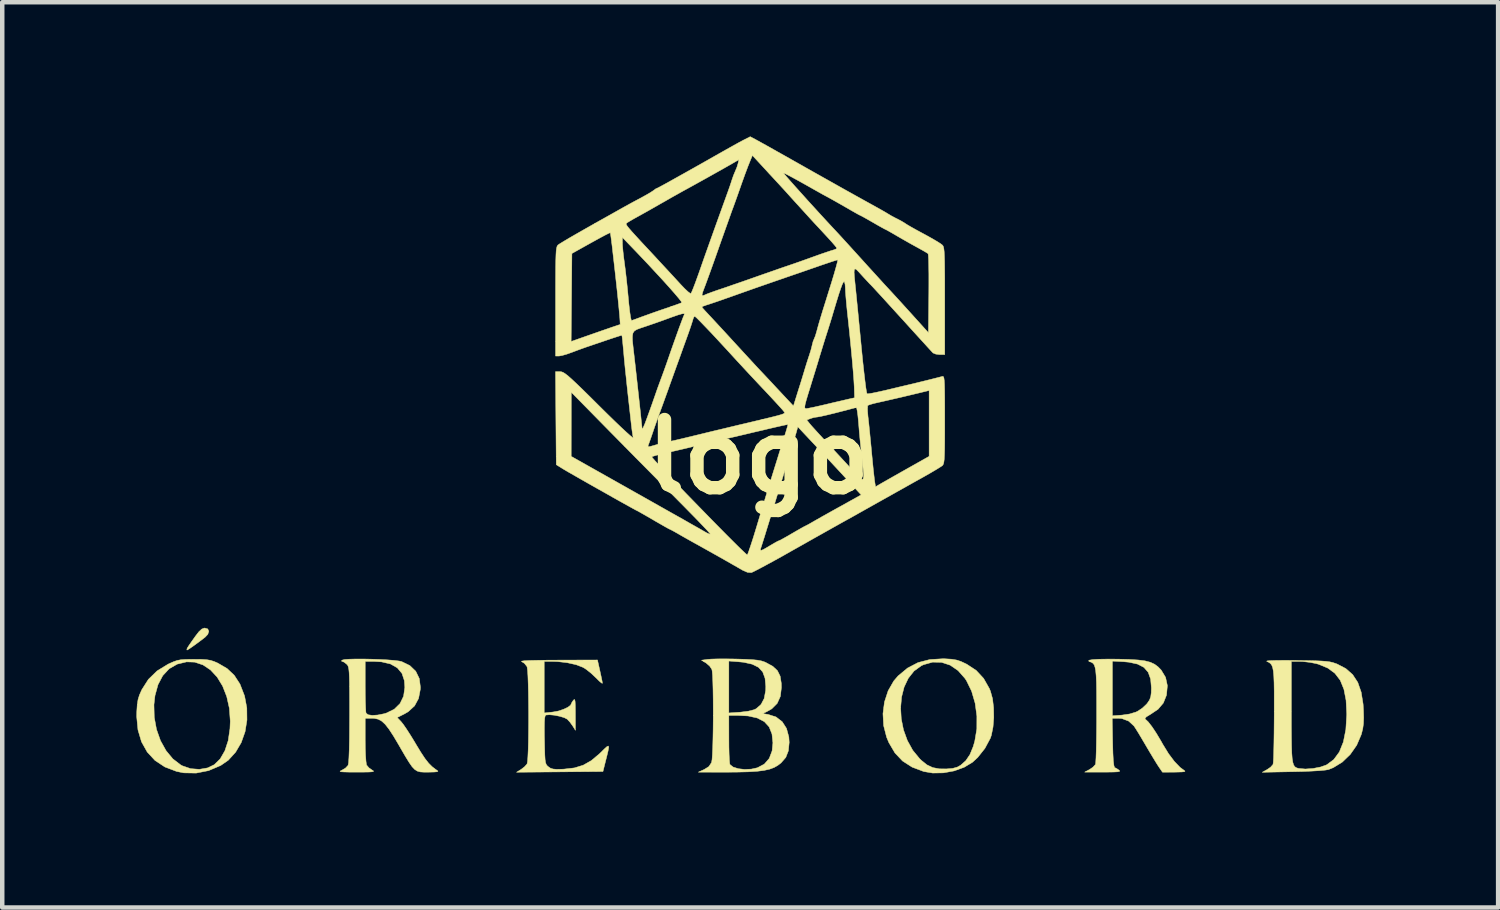
<source format=kicad_pcb>
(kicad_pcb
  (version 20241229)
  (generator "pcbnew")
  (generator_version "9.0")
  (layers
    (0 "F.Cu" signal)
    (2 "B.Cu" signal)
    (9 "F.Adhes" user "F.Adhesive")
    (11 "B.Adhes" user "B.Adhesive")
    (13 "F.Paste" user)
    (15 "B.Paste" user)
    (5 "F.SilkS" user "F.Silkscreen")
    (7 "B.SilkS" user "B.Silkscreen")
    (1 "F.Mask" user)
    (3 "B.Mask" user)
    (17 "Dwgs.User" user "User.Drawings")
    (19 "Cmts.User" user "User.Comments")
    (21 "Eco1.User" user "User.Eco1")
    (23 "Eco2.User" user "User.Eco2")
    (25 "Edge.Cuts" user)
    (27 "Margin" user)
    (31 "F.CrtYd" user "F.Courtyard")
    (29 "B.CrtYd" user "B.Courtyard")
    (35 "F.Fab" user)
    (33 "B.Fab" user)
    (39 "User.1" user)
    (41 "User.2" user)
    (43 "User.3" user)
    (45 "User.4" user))
  (footprint "logo"
    (layer "F.Cu")
    (at 13.908 7.162)
    (property "Reference" "logo" (at 0 0 0) (layer "F.SilkS") (effects (font (size 1.524 1.524) (thickness 0.3))))
    (attr through_hole)
    (fp_poly (pts (xy -12.314 3.846) (xy -12.291 3.898) (xy -12.313 3.966) (xy -12.373 4.03) (xy -12.496 4.124) (xy -12.609 4.207) (xy -12.701 4.272) (xy -12.762 4.311) (xy -12.779 4.318) (xy -12.781 4.296) (xy -12.765 4.262) (xy -12.731 4.21) (xy -12.672 4.124) (xy -12.6 4.023) (xy -12.596 4.016) (xy -12.513 3.909) (xy -12.449 3.849) (xy -12.393 3.827) (xy -12.381 3.826) (xy -12.314 3.846)) (stroke (width 0.01) (type solid)) (fill yes) (layer "F.SilkS"))
    (fp_poly (pts (xy -12.459 4.526) (xy -12.342 4.533) (xy -12.252 4.548) (xy -12.172 4.574) (xy -12.091 4.609) (xy -11.882 4.731) (xy -11.722 4.882) (xy -11.597 5.074) (xy -11.591 5.086) (xy -11.491 5.345) (xy -11.441 5.613) (xy -11.438 5.882) (xy -11.48 6.143) (xy -11.566 6.386) (xy -11.692 6.601) (xy -11.856 6.781) (xy -12.025 6.898) (xy -12.296 7.013) (xy -12.574 7.068) (xy -12.851 7.063) (xy -13.01 7.031) (xy -13.273 6.931) (xy -13.493 6.786) (xy -13.667 6.598) (xy -13.795 6.369) (xy -13.874 6.104) (xy -13.903 5.804) (xy -13.901 5.699) (xy -13.891 5.544) (xy -13.89 5.54) (xy -13.517 5.54) (xy -13.51 5.82) (xy -13.46 6.091) (xy -13.371 6.343) (xy -13.247 6.566) (xy -13.095 6.75) (xy -12.918 6.886) (xy -12.883 6.905) (xy -12.697 6.969) (xy -12.503 6.984) (xy -12.317 6.952) (xy -12.17 6.881) (xy -12.036 6.75) (xy -11.931 6.568) (xy -11.857 6.342) (xy -11.818 6.076) (xy -11.811 5.908) (xy -11.831 5.621) (xy -11.89 5.358) (xy -11.982 5.123) (xy -12.104 4.923) (xy -12.252 4.763) (xy -12.421 4.65) (xy -12.607 4.588) (xy -12.788 4.582) (xy -12.998 4.633) (xy -13.177 4.736) (xy -13.32 4.89) (xy -13.426 5.091) (xy -13.494 5.337) (xy -13.517 5.54) (xy -13.89 5.54) (xy -13.873 5.427) (xy -13.842 5.325) (xy -13.792 5.212) (xy -13.786 5.2) (xy -13.641 4.973) (xy -13.448 4.785) (xy -13.204 4.635) (xy -13.181 4.624) (xy -13.082 4.58) (xy -13 4.551) (xy -12.914 4.534) (xy -12.808 4.527) (xy -12.66 4.525) (xy -12.621 4.525) (xy -12.459 4.526)) (stroke (width 0.01) (type solid)) (fill yes) (layer "F.SilkS"))
    (fp_poly (pts (xy 4.157 4.513) (xy 4.306 4.522) (xy 4.418 4.54) (xy 4.519 4.572) (xy 4.634 4.626) (xy 4.653 4.636) (xy 4.862 4.773) (xy 5.028 4.952) (xy 5.157 5.18) (xy 5.181 5.239) (xy 5.227 5.405) (xy 5.251 5.609) (xy 5.255 5.827) (xy 5.238 6.039) (xy 5.201 6.222) (xy 5.179 6.287) (xy 5.057 6.515) (xy 4.896 6.718) (xy 4.779 6.826) (xy 4.593 6.938) (xy 4.37 7.019) (xy 4.129 7.063) (xy 3.89 7.067) (xy 3.69 7.033) (xy 3.43 6.935) (xy 3.216 6.798) (xy 3.045 6.617) (xy 2.91 6.387) (xy 2.859 6.264) (xy 2.793 6.007) (xy 2.778 5.741) (xy 2.795 5.608) (xy 3.173 5.608) (xy 3.187 5.855) (xy 3.237 6.103) (xy 3.323 6.34) (xy 3.444 6.559) (xy 3.601 6.75) (xy 3.633 6.781) (xy 3.761 6.884) (xy 3.89 6.945) (xy 4.039 6.973) (xy 4.194 6.975) (xy 4.335 6.963) (xy 4.438 6.935) (xy 4.514 6.893) (xy 4.63 6.79) (xy 4.722 6.654) (xy 4.796 6.473) (xy 4.83 6.355) (xy 4.876 6.081) (xy 4.877 5.793) (xy 4.838 5.506) (xy 4.759 5.236) (xy 4.644 5.001) (xy 4.612 4.953) (xy 4.457 4.777) (xy 4.281 4.656) (xy 4.089 4.593) (xy 3.889 4.588) (xy 3.686 4.645) (xy 3.636 4.668) (xy 3.472 4.787) (xy 3.344 4.949) (xy 3.251 5.145) (xy 3.194 5.368) (xy 3.173 5.608) (xy 2.795 5.608) (xy 2.812 5.478) (xy 2.893 5.23) (xy 3.018 5.011) (xy 3.115 4.897) (xy 3.328 4.72) (xy 3.562 4.598) (xy 3.825 4.53) (xy 4.121 4.512) (xy 4.157 4.513)) (stroke (width 0.01) (type solid)) (fill yes) (layer "F.SilkS"))
    (fp_poly (pts (xy 11.96 4.549) (xy 12.017 4.55) (xy 12.255 4.553) (xy 12.439 4.557) (xy 12.579 4.563) (xy 12.685 4.571) (xy 12.767 4.582) (xy 12.833 4.597) (xy 12.895 4.618) (xy 12.928 4.63) (xy 13.124 4.732) (xy 13.277 4.867) (xy 13.391 5.041) (xy 13.467 5.259) (xy 13.51 5.526) (xy 13.518 5.658) (xy 13.523 5.831) (xy 13.518 5.962) (xy 13.503 6.073) (xy 13.475 6.186) (xy 13.466 6.214) (xy 13.367 6.445) (xy 13.223 6.651) (xy 13.044 6.823) (xy 12.842 6.947) (xy 12.737 6.989) (xy 12.667 7.001) (xy 12.543 7.013) (xy 12.374 7.023) (xy 12.172 7.032) (xy 11.945 7.037) (xy 11.938 7.037) (xy 11.255 7.05) (xy 11.365 6.989) (xy 11.442 6.936) (xy 11.493 6.879) (xy 11.497 6.87) (xy 11.503 6.825) (xy 11.509 6.724) (xy 11.513 6.576) (xy 11.517 6.388) (xy 11.52 6.169) (xy 11.522 5.927) (xy 11.523 5.778) (xy 11.523 5.479) (xy 11.523 5.238) (xy 11.52 5.047) (xy 11.514 4.9) (xy 11.504 4.79) (xy 11.489 4.711) (xy 11.468 4.656) (xy 11.441 4.62) (xy 11.406 4.594) (xy 11.362 4.573) (xy 11.359 4.572) (xy 11.906 4.572) (xy 11.906 5.692) (xy 11.906 6.005) (xy 11.908 6.26) (xy 11.911 6.464) (xy 11.916 6.622) (xy 11.925 6.741) (xy 11.939 6.827) (xy 11.957 6.886) (xy 11.981 6.923) (xy 12.011 6.945) (xy 12.049 6.959) (xy 12.073 6.964) (xy 12.219 6.977) (xy 12.391 6.965) (xy 12.56 6.932) (xy 12.694 6.884) (xy 12.854 6.766) (xy 12.979 6.596) (xy 13.069 6.372) (xy 13.124 6.096) (xy 13.144 5.768) (xy 13.144 5.74) (xy 13.129 5.441) (xy 13.081 5.194) (xy 13 4.995) (xy 12.88 4.838) (xy 12.721 4.721) (xy 12.52 4.637) (xy 12.463 4.621) (xy 12.321 4.593) (xy 12.167 4.575) (xy 12.09 4.572) (xy 11.906 4.572) (xy 11.359 4.572) (xy 11.355 4.57) (xy 11.362 4.561) (xy 11.429 4.554) (xy 11.553 4.55) (xy 11.731 4.548) (xy 11.96 4.549)) (stroke (width 0.01) (type solid)) (fill yes) (layer "F.SilkS"))
    (fp_poly (pts (xy -3.548 4.786) (xy -3.522 4.906) (xy -3.502 5.001) (xy -3.493 5.056) (xy -3.492 5.061) (xy -3.512 5.055) (xy -3.564 5.011) (xy -3.638 4.938) (xy -3.647 4.929) (xy -3.746 4.836) (xy -3.85 4.753) (xy -3.925 4.705) (xy -4.081 4.645) (xy -4.278 4.601) (xy -4.491 4.576) (xy -4.61 4.572) (xy -4.794 4.572) (xy -4.794 5.724) (xy -4.598 5.703) (xy -4.482 5.682) (xy -4.367 5.644) (xy -4.269 5.599) (xy -4.206 5.552) (xy -4.191 5.523) (xy -4.174 5.486) (xy -4.144 5.443) (xy -4.124 5.423) (xy -4.111 5.429) (xy -4.103 5.47) (xy -4.099 5.556) (xy -4.097 5.694) (xy -4.097 5.747) (xy -4.096 6.112) (xy -4.155 6.017) (xy -4.216 5.932) (xy -4.279 5.863) (xy -4.345 5.829) (xy -4.449 5.798) (xy -4.569 5.774) (xy -4.678 5.764) (xy -4.753 5.77) (xy -4.757 5.771) (xy -4.772 5.79) (xy -4.783 5.84) (xy -4.789 5.927) (xy -4.791 6.059) (xy -4.79 6.244) (xy -4.788 6.325) (xy -4.784 6.522) (xy -4.78 6.665) (xy -4.774 6.765) (xy -4.764 6.831) (xy -4.749 6.873) (xy -4.729 6.902) (xy -4.7 6.927) (xy -4.699 6.928) (xy -4.652 6.96) (xy -4.595 6.977) (xy -4.514 6.984) (xy -4.39 6.981) (xy -4.35 6.979) (xy -4.118 6.952) (xy -3.921 6.891) (xy -3.74 6.788) (xy -3.558 6.635) (xy -3.533 6.611) (xy -3.448 6.527) (xy -3.391 6.476) (xy -3.36 6.463) (xy -3.352 6.494) (xy -3.366 6.572) (xy -3.398 6.705) (xy -3.429 6.826) (xy -3.481 7.033) (xy -4.447 7.041) (xy -5.413 7.049) (xy -5.312 6.987) (xy -5.235 6.928) (xy -5.181 6.868) (xy -5.177 6.862) (xy -5.167 6.811) (xy -5.159 6.707) (xy -5.152 6.558) (xy -5.147 6.374) (xy -5.144 6.164) (xy -5.142 5.938) (xy -5.142 5.705) (xy -5.144 5.475) (xy -5.147 5.258) (xy -5.152 5.062) (xy -5.158 4.897) (xy -5.166 4.773) (xy -5.176 4.698) (xy -5.18 4.686) (xy -5.237 4.614) (xy -5.299 4.576) (xy -5.299 4.566) (xy -5.242 4.558) (xy -5.124 4.551) (xy -4.946 4.547) (xy -4.706 4.544) (xy -4.492 4.543) (xy -3.603 4.54) (xy -3.548 4.786)) (stroke (width 0.01) (type solid)) (fill yes) (layer "F.SilkS"))
    (fp_poly (pts (xy -0.586 4.517) (xy -0.492 4.519) (xy -0.29 4.525) (xy -0.138 4.533) (xy -0.027 4.544) (xy 0.058 4.56) (xy 0.127 4.582) (xy 0.159 4.596) (xy 0.315 4.681) (xy 0.419 4.778) (xy 0.48 4.901) (xy 0.506 5.064) (xy 0.508 5.154) (xy 0.485 5.352) (xy 0.414 5.51) (xy 0.292 5.632) (xy 0.179 5.696) (xy 0.088 5.738) (xy 0.211 5.757) (xy 0.388 5.814) (xy 0.526 5.92) (xy 0.622 6.07) (xy 0.674 6.261) (xy 0.682 6.382) (xy 0.664 6.569) (xy 0.606 6.718) (xy 0.499 6.841) (xy 0.427 6.896) (xy 0.345 6.943) (xy 0.246 6.98) (xy 0.121 7.008) (xy -0.036 7.028) (xy -0.235 7.04) (xy -0.482 7.046) (xy -0.73 7.048) (xy -1.349 7.047) (xy -1.219 6.988) (xy -1.114 6.923) (xy -1.057 6.837) (xy -1.052 6.825) (xy -1.042 6.764) (xy -1.034 6.651) (xy -1.027 6.494) (xy -1.022 6.304) (xy -1.018 6.091) (xy -1.016 5.864) (xy -1.016 5.779) (xy -0.667 5.779) (xy -0.666 6.31) (xy -0.665 6.489) (xy -0.661 6.647) (xy -0.655 6.771) (xy -0.648 6.852) (xy -0.642 6.877) (xy -0.571 6.933) (xy -0.455 6.97) (xy -0.314 6.986) (xy -0.164 6.979) (xy -0.029 6.949) (xy 0.126 6.867) (xy 0.236 6.741) (xy 0.3 6.572) (xy 0.318 6.393) (xy 0.297 6.194) (xy 0.234 6.036) (xy 0.126 5.918) (xy -0.03 5.837) (xy -0.237 5.791) (xy -0.462 5.779) (xy -0.667 5.779) (xy -1.016 5.779) (xy -1.016 5.724) (xy -0.667 5.724) (xy -0.413 5.707) (xy -0.234 5.685) (xy -0.101 5.651) (xy -0.059 5.631) (xy 0.052 5.535) (xy 0.123 5.401) (xy 0.156 5.223) (xy 0.159 5.132) (xy 0.142 4.948) (xy 0.09 4.807) (xy -0.004 4.704) (xy -0.145 4.634) (xy -0.338 4.591) (xy -0.452 4.58) (xy -0.667 4.563) (xy -0.667 5.724) (xy -1.016 5.724) (xy -1.016 5.634) (xy -1.017 5.411) (xy -1.02 5.205) (xy -1.025 5.025) (xy -1.031 4.881) (xy -1.04 4.784) (xy -1.047 4.749) (xy -1.095 4.677) (xy -1.171 4.611) (xy -1.178 4.606) (xy -1.278 4.545) (xy -1.139 4.526) (xy -1.059 4.52) (xy -0.93 4.516) (xy -0.768 4.515) (xy -0.586 4.517)) (stroke (width 0.01) (type solid)) (fill yes) (layer "F.SilkS"))
    (fp_poly (pts (xy 8.033 4.521) (xy 8.284 4.528) (xy 8.482 4.54) (xy 8.636 4.56) (xy 8.755 4.591) (xy 8.849 4.635) (xy 8.929 4.695) (xy 8.998 4.767) (xy 9.095 4.928) (xy 9.135 5.113) (xy 9.116 5.32) (xy 9.112 5.334) (xy 9.045 5.502) (xy 8.927 5.641) (xy 8.754 5.757) (xy 8.666 5.81) (xy 8.634 5.847) (xy 8.644 5.864) (xy 8.707 5.923) (xy 8.791 6.031) (xy 8.89 6.18) (xy 8.997 6.36) (xy 9.035 6.428) (xy 9.16 6.632) (xy 9.291 6.807) (xy 9.42 6.941) (xy 9.509 7.007) (xy 9.53 7.025) (xy 9.514 7.037) (xy 9.452 7.043) (xy 9.336 7.046) (xy 9.299 7.047) (xy 9.026 7.048) (xy 8.944 6.929) (xy 8.897 6.856) (xy 8.827 6.742) (xy 8.744 6.604) (xy 8.657 6.457) (xy 8.654 6.451) (xy 8.57 6.309) (xy 8.494 6.181) (xy 8.431 6.08) (xy 8.392 6.02) (xy 8.39 6.017) (xy 8.27 5.906) (xy 8.119 5.849) (xy 8.034 5.842) (xy 7.902 5.842) (xy 7.912 6.387) (xy 7.918 6.62) (xy 7.927 6.791) (xy 7.94 6.898) (xy 7.955 6.943) (xy 7.957 6.944) (xy 8.009 6.971) (xy 8.052 7.001) (xy 8.07 7.02) (xy 8.062 7.032) (xy 8.019 7.04) (xy 7.933 7.044) (xy 7.796 7.046) (xy 7.699 7.046) (xy 7.287 7.046) (xy 7.396 6.988) (xy 7.473 6.935) (xy 7.524 6.879) (xy 7.529 6.87) (xy 7.534 6.824) (xy 7.54 6.724) (xy 7.545 6.576) (xy 7.549 6.388) (xy 7.552 6.17) (xy 7.554 5.928) (xy 7.554 5.788) (xy 7.554 5.787) (xy 7.906 5.787) (xy 8.12 5.772) (xy 8.286 5.748) (xy 8.43 5.705) (xy 8.467 5.688) (xy 8.573 5.618) (xy 8.669 5.528) (xy 8.688 5.505) (xy 8.736 5.434) (xy 8.763 5.363) (xy 8.775 5.271) (xy 8.778 5.164) (xy 8.761 4.967) (xy 8.707 4.816) (xy 8.611 4.705) (xy 8.467 4.631) (xy 8.273 4.589) (xy 8.152 4.578) (xy 7.906 4.565) (xy 7.906 5.787) (xy 7.554 5.787) (xy 7.554 5.485) (xy 7.553 5.239) (xy 7.55 5.044) (xy 7.543 4.893) (xy 7.533 4.781) (xy 7.518 4.702) (xy 7.499 4.648) (xy 7.473 4.614) (xy 7.441 4.593) (xy 7.417 4.584) (xy 7.372 4.562) (xy 7.389 4.544) (xy 7.466 4.531) (xy 7.601 4.523) (xy 7.794 4.52) (xy 8.033 4.521)) (stroke (width 0.01) (type solid)) (fill yes) (layer "F.SilkS"))
    (fp_poly (pts (xy -8.838 4.518) (xy -8.657 4.522) (xy -8.473 4.528) (xy -8.301 4.537) (xy -8.152 4.549) (xy -8.038 4.563) (xy -7.98 4.576) (xy -7.797 4.665) (xy -7.665 4.792) (xy -7.586 4.955) (xy -7.561 5.15) (xy -7.563 5.195) (xy -7.602 5.399) (xy -7.691 5.565) (xy -7.834 5.696) (xy -7.922 5.747) (xy -8.08 5.826) (xy -7.992 5.919) (xy -7.944 5.979) (xy -7.873 6.082) (xy -7.787 6.215) (xy -7.695 6.365) (xy -7.664 6.418) (xy -7.551 6.604) (xy -7.459 6.743) (xy -7.377 6.847) (xy -7.298 6.926) (xy -7.213 6.991) (xy -7.188 7.007) (xy -7.168 7.026) (xy -7.187 7.038) (xy -7.252 7.044) (xy -7.371 7.047) (xy -7.384 7.047) (xy -7.485 7.047) (xy -7.564 7.042) (xy -7.629 7.024) (xy -7.688 6.987) (xy -7.747 6.925) (xy -7.813 6.83) (xy -7.895 6.697) (xy -8 6.517) (xy -8.041 6.445) (xy -8.162 6.241) (xy -8.261 6.089) (xy -8.347 5.979) (xy -8.425 5.907) (xy -8.504 5.864) (xy -8.589 5.845) (xy -8.657 5.842) (xy -8.795 5.842) (xy -8.795 6.336) (xy -8.793 6.516) (xy -8.787 6.673) (xy -8.778 6.797) (xy -8.768 6.874) (xy -8.762 6.891) (xy -8.711 6.951) (xy -8.643 6.999) (xy -8.613 7.018) (xy -8.609 7.031) (xy -8.638 7.039) (xy -8.708 7.044) (xy -8.827 7.046) (xy -8.985 7.046) (xy -9.155 7.046) (xy -9.269 7.043) (xy -9.334 7.039) (xy -9.357 7.03) (xy -9.345 7.018) (xy -9.313 7.002) (xy -9.233 6.954) (xy -9.179 6.896) (xy -9.178 6.894) (xy -9.167 6.841) (xy -9.159 6.724) (xy -9.152 6.546) (xy -9.147 6.308) (xy -9.145 6.009) (xy -9.144 5.765) (xy -9.144 5.476) (xy -9.145 5.244) (xy -9.146 5.062) (xy -9.149 4.924) (xy -9.154 4.822) (xy -9.161 4.75) (xy -9.17 4.702) (xy -9.181 4.67) (xy -9.196 4.647) (xy -9.207 4.636) (xy -9.267 4.588) (xy -9.309 4.572) (xy -8.795 4.572) (xy -8.795 5.125) (xy -8.794 5.309) (xy -8.791 5.473) (xy -8.786 5.605) (xy -8.781 5.695) (xy -8.775 5.728) (xy -8.73 5.764) (xy -8.639 5.778) (xy -8.516 5.77) (xy -8.375 5.742) (xy -8.321 5.726) (xy -8.145 5.64) (xy -8.016 5.513) (xy -7.937 5.349) (xy -7.909 5.152) (xy -7.92 5.001) (xy -7.973 4.84) (xy -8.077 4.716) (xy -8.229 4.629) (xy -8.43 4.582) (xy -8.594 4.572) (xy -8.795 4.572) (xy -9.309 4.572) (xy -9.311 4.572) (xy -9.328 4.561) (xy -9.304 4.541) (xy -9.251 4.529) (xy -9.148 4.522) (xy -9.006 4.518) (xy -8.838 4.518)) (stroke (width 0.01) (type solid)) (fill yes) (layer "F.SilkS"))
    (fp_poly (pts (xy -0.071 -7.095) (xy -0.013 -7.063) (xy 0.092 -7.005) (xy 0.236 -6.925) (xy 0.409 -6.827) (xy 0.604 -6.718) (xy 0.812 -6.6) (xy 0.825 -6.593) (xy 1.216 -6.372) (xy 1.579 -6.168) (xy 1.906 -5.984) (xy 2.195 -5.823) (xy 2.438 -5.688) (xy 2.619 -5.588) (xy 2.73 -5.526) (xy 2.83 -5.469) (xy 2.889 -5.433) (xy 2.97 -5.385) (xy 3.07 -5.332) (xy 3.096 -5.32) (xy 3.185 -5.273) (xy 3.256 -5.231) (xy 3.27 -5.221) (xy 3.32 -5.189) (xy 3.409 -5.137) (xy 3.518 -5.076) (xy 3.54 -5.064) (xy 3.738 -4.957) (xy 3.887 -4.874) (xy 3.994 -4.811) (xy 4.066 -4.765) (xy 4.104 -4.736) (xy 4.118 -4.72) (xy 4.13 -4.694) (xy 4.139 -4.652) (xy 4.146 -4.589) (xy 4.151 -4.497) (xy 4.155 -4.37) (xy 4.157 -4.204) (xy 4.159 -3.99) (xy 4.159 -3.724) (xy 4.159 -3.488) (xy 4.159 -2.286) (xy 4.046 -2.286) (xy 3.959 -2.297) (xy 3.898 -2.322) (xy 3.894 -2.326) (xy 3.864 -2.358) (xy 3.796 -2.432) (xy 3.697 -2.541) (xy 3.572 -2.678) (xy 3.426 -2.838) (xy 3.266 -3.015) (xy 3.192 -3.096) (xy 3.028 -3.276) (xy 2.877 -3.442) (xy 2.745 -3.587) (xy 2.637 -3.704) (xy 2.559 -3.789) (xy 2.515 -3.835) (xy 2.509 -3.842) (xy 2.479 -3.871) (xy 2.419 -3.936) (xy 2.338 -4.023) (xy 2.308 -4.056) (xy 2.238 -4.133) (xy 2.188 -4.184) (xy 2.155 -4.203) (xy 2.138 -4.186) (xy 2.133 -4.127) (xy 2.14 -4.019) (xy 2.156 -3.859) (xy 2.173 -3.695) (xy 2.192 -3.503) (xy 2.215 -3.272) (xy 2.239 -3.026) (xy 2.262 -2.79) (xy 2.271 -2.699) (xy 2.3 -2.4) (xy 2.327 -2.131) (xy 2.353 -1.895) (xy 2.376 -1.699) (xy 2.395 -1.549) (xy 2.411 -1.451) (xy 2.422 -1.41) (xy 2.422 -1.409) (xy 2.457 -1.411) (xy 2.541 -1.425) (xy 2.663 -1.45) (xy 2.811 -1.483) (xy 2.846 -1.491) (xy 3.021 -1.533) (xy 3.196 -1.575) (xy 3.35 -1.611) (xy 3.461 -1.637) (xy 3.615 -1.675) (xy 3.774 -1.714) (xy 3.921 -1.751) (xy 4.039 -1.781) (xy 4.104 -1.798) (xy 4.119 -1.799) (xy 4.132 -1.788) (xy 4.141 -1.759) (xy 4.148 -1.705) (xy 4.153 -1.619) (xy 4.156 -1.496) (xy 4.158 -1.328) (xy 4.159 -1.11) (xy 4.159 -0.835) (xy 4.159 -0.833) (xy 4.159 -0.555) (xy 4.158 -0.334) (xy 4.156 -0.164) (xy 4.152 -0.036) (xy 4.147 0.056) (xy 4.139 0.119) (xy 4.129 0.16) (xy 4.115 0.184) (xy 4.104 0.197) (xy 4.057 0.228) (xy 3.967 0.284) (xy 3.843 0.357) (xy 3.696 0.441) (xy 3.619 0.484) (xy 3.459 0.573) (xy 3.308 0.658) (xy 3.18 0.73) (xy 3.088 0.781) (xy 3.064 0.795) (xy 2.753 0.969) (xy 2.493 1.115) (xy 2.279 1.235) (xy 2.105 1.333) (xy 1.966 1.41) (xy 1.858 1.47) (xy 1.776 1.516) (xy 1.762 1.524) (xy 1.685 1.567) (xy 1.562 1.636) (xy 1.402 1.726) (xy 1.213 1.832) (xy 1.005 1.95) (xy 0.786 2.073) (xy 0.74 2.099) (xy 0.528 2.219) (xy 0.331 2.328) (xy 0.156 2.423) (xy 0.012 2.5) (xy -0.095 2.555) (xy -0.156 2.584) (xy -0.165 2.587) (xy -0.25 2.581) (xy -0.36 2.533) (xy -0.365 2.53) (xy -0.451 2.48) (xy -0.579 2.407) (xy -0.735 2.318) (xy -0.906 2.221) (xy -1.079 2.124) (xy -1.238 2.035) (xy -1.372 1.96) (xy -1.445 1.92) (xy -1.563 1.854) (xy -1.699 1.777) (xy -1.788 1.726) (xy -1.882 1.672) (xy -1.953 1.634) (xy -1.984 1.619) (xy -2.015 1.604) (xy -2.089 1.563) (xy -2.197 1.501) (xy -2.328 1.426) (xy -2.349 1.413) (xy -2.482 1.336) (xy -2.594 1.272) (xy -2.673 1.227) (xy -2.71 1.207) (xy -2.711 1.206) (xy -2.741 1.192) (xy -2.818 1.15) (xy -2.933 1.086) (xy -3.079 1.005) (xy -3.247 0.911) (xy -3.428 0.808) (xy -3.615 0.703) (xy -3.799 0.599) (xy -3.973 0.5) (xy -4.126 0.412) (xy -4.253 0.34) (xy -4.343 0.287) (xy -4.381 0.264) (xy -4.524 0.175) (xy -4.526 -0.012) (xy -4.191 -0.012) (xy -2.707 0.824) (xy -2.423 0.984) (xy -2.156 1.135) (xy -1.908 1.275) (xy -1.687 1.399) (xy -1.498 1.507) (xy -1.345 1.593) (xy -1.234 1.657) (xy -1.171 1.693) (xy -1.159 1.7) (xy -1.104 1.725) (xy -1.081 1.726) (xy -1.099 1.701) (xy -1.157 1.636) (xy -1.25 1.538) (xy -1.372 1.41) (xy -1.52 1.259) (xy -1.686 1.09) (xy -1.816 0.959) (xy -2.033 0.74) (xy -2.282 0.49) (xy -2.548 0.221) (xy -2.768 -0.001) (xy -2.389 -0.001) (xy -2.372 0.024) (xy -2.315 0.089) (xy -2.224 0.188) (xy -2.103 0.316) (xy -1.959 0.468) (xy -1.796 0.638) (xy -1.619 0.822) (xy -1.434 1.012) (xy -1.246 1.205) (xy -1.06 1.396) (xy -0.882 1.577) (xy -0.716 1.745) (xy -0.567 1.894) (xy -0.442 2.018) (xy -0.344 2.112) (xy -0.28 2.172) (xy -0.255 2.191) (xy -0.241 2.162) (xy -0.211 2.08) (xy -0.211 2.079) (xy 0.037 2.079) (xy 0.053 2.091) (xy 0.103 2.072) (xy 0.194 2.02) (xy 0.254 1.984) (xy 0.349 1.928) (xy 0.421 1.888) (xy 0.456 1.873) (xy 0.49 1.858) (xy 0.564 1.817) (xy 0.667 1.759) (xy 0.721 1.727) (xy 0.84 1.658) (xy 0.943 1.599) (xy 1.015 1.559) (xy 1.032 1.551) (xy 1.114 1.509) (xy 1.159 1.483) (xy 1.218 1.449) (xy 1.316 1.393) (xy 1.439 1.323) (xy 1.572 1.249) (xy 1.697 1.179) (xy 1.762 1.143) (xy 1.837 1.102) (xy 1.945 1.042) (xy 2.064 0.975) (xy 2.074 0.97) (xy 2.291 0.849) (xy 2.184 0.734) (xy 2.112 0.655) (xy 2.014 0.55) (xy 1.911 0.437) (xy 1.888 0.412) (xy 1.803 0.32) (xy 1.686 0.194) (xy 1.548 0.046) (xy 1.401 -0.111) (xy 1.287 -0.233) (xy 0.875 -0.672) (xy 0.837 -0.534) (xy 0.817 -0.467) (xy 0.782 -0.35) (xy 0.735 -0.191) (xy 0.677 0.000187) (xy 0.611 0.217) (xy 0.539 0.452) (xy 0.464 0.696) (xy 0.389 0.941) (xy 0.316 1.18) (xy 0.246 1.406) (xy 0.183 1.609) (xy 0.13 1.782) (xy 0.087 1.917) (xy 0.059 2.006) (xy 0.047 2.04) (xy 0.037 2.079) (xy -0.211 2.079) (xy -0.169 1.954) (xy -0.117 1.793) (xy -0.059 1.604) (xy -0.018 1.468) (xy 0.048 1.248) (xy 0.113 1.034) (xy 0.173 0.837) (xy 0.224 0.67) (xy 0.262 0.546) (xy 0.274 0.508) (xy 0.321 0.356) (xy 0.372 0.192) (xy 0.412 0.064) (xy 0.452 -0.066) (xy 0.502 -0.226) (xy 0.554 -0.388) (xy 0.567 -0.429) (xy 0.606 -0.553) (xy 0.635 -0.651) (xy 0.652 -0.71) (xy 0.654 -0.721) (xy 0.637 -0.721) (xy 0.589 -0.712) (xy 0.502 -0.693) (xy 0.369 -0.663) (xy 0.181 -0.619) (xy 0.175 -0.617) (xy 0.069 -0.592) (xy -0.079 -0.558) (xy -0.25 -0.517) (xy -0.425 -0.476) (xy -0.429 -0.475) (xy -0.785 -0.392) (xy -1.1 -0.317) (xy -1.367 -0.254) (xy -1.556 -0.208) (xy -1.665 -0.182) (xy -1.812 -0.148) (xy -1.973 -0.111) (xy -2.048 -0.094) (xy -2.183 -0.062) (xy -2.295 -0.033) (xy -2.368 -0.011) (xy -2.389 -0.001) (xy -2.768 -0.001) (xy -2.819 -0.053) (xy -3.006 -0.243) (xy -2.474 -0.243) (xy -2.468 -0.227) (xy -2.431 -0.231) (xy -2.351 -0.253) (xy -2.3 -0.268) (xy -2.188 -0.299) (xy -2.087 -0.323) (xy -2.053 -0.33) (xy -1.988 -0.344) (xy -1.876 -0.369) (xy -1.734 -0.402) (xy -1.575 -0.44) (xy -1.56 -0.444) (xy -1.348 -0.495) (xy -1.168 -0.539) (xy -1.003 -0.579) (xy -0.834 -0.619) (xy -0.647 -0.664) (xy -0.422 -0.718) (xy -0.302 -0.746) (xy -0.042 -0.808) (xy 0.032 -0.825) (xy 1.075 -0.825) (xy 1.137 -0.747) (xy 1.178 -0.698) (xy 1.255 -0.613) (xy 1.358 -0.5) (xy 1.479 -0.369) (xy 1.578 -0.263) (xy 1.719 -0.112) (xy 1.861 0.041) (xy 1.992 0.183) (xy 2.099 0.299) (xy 2.145 0.349) (xy 2.224 0.434) (xy 2.282 0.488) (xy 2.32 0.505) (xy 2.34 0.481) (xy 2.346 0.411) (xy 2.338 0.291) (xy 2.32 0.115) (xy 2.305 -0.009) (xy 2.285 -0.195) (xy 2.265 -0.385) (xy 2.249 -0.558) (xy 2.239 -0.683) (xy 2.228 -0.815) (xy 2.216 -0.933) (xy 2.205 -1.013) (xy 2.204 -1.021) (xy 2.187 -1.105) (xy 1.975 -1.049) (xy 1.727 -0.985) (xy 1.531 -0.937) (xy 1.39 -0.905) (xy 1.306 -0.89) (xy 1.291 -0.889) (xy 1.226 -0.878) (xy 1.159 -0.857) (xy 1.075 -0.825) (xy 0.032 -0.825) (xy 0.163 -0.857) (xy 0.318 -0.895) (xy 0.431 -0.924) (xy 0.507 -0.946) (xy 0.553 -0.963) (xy 0.574 -0.977) (xy 0.579 -0.99) (xy 0.571 -1.004) (xy 0.561 -1.017) (xy 0.529 -1.056) (xy 0.471 -1.121) (xy 1.03 -1.121) (xy 1.033 -1.092) (xy 1.049 -1.081) (xy 1.064 -1.079) (xy 1.113 -1.087) (xy 1.209 -1.106) (xy 1.225 -1.109) (xy 2.432 -1.109) (xy 2.434 -1.023) (xy 2.443 -0.907) (xy 2.447 -0.873) (xy 2.461 -0.751) (xy 2.478 -0.583) (xy 2.497 -0.39) (xy 2.517 -0.187) (xy 2.525 -0.095) (xy 2.543 0.09) (xy 2.56 0.262) (xy 2.576 0.407) (xy 2.588 0.511) (xy 2.593 0.548) (xy 2.612 0.668) (xy 2.711 0.61) (xy 2.77 0.576) (xy 2.874 0.517) (xy 3.011 0.439) (xy 3.17 0.349) (xy 3.31 0.27) (xy 3.81 -0.012) (xy 3.81 -1.484) (xy 3.564 -1.424) (xy 3.165 -1.329) (xy 2.808 -1.247) (xy 2.683 -1.219) (xy 2.57 -1.193) (xy 2.484 -1.168) (xy 2.44 -1.15) (xy 2.439 -1.149) (xy 2.432 -1.109) (xy 1.225 -1.109) (xy 1.34 -1.135) (xy 1.492 -1.17) (xy 1.501 -1.172) (xy 1.663 -1.211) (xy 1.815 -1.246) (xy 1.939 -1.275) (xy 2.016 -1.293) (xy 2.143 -1.321) (xy 2.136 -1.558) (xy 2.128 -1.702) (xy 2.113 -1.902) (xy 2.091 -2.154) (xy 2.063 -2.449) (xy 2.03 -2.782) (xy 1.991 -3.146) (xy 1.982 -3.226) (xy 1.965 -3.395) (xy 1.951 -3.552) (xy 1.941 -3.683) (xy 1.937 -3.768) (xy 1.937 -3.772) (xy 1.931 -3.857) (xy 1.917 -3.911) (xy 1.911 -3.917) (xy 1.895 -3.908) (xy 1.87 -3.86) (xy 1.836 -3.77) (xy 1.79 -3.634) (xy 1.732 -3.446) (xy 1.659 -3.202) (xy 1.637 -3.127) (xy 1.594 -2.987) (xy 1.547 -2.837) (xy 1.523 -2.762) (xy 1.489 -2.656) (xy 1.444 -2.511) (xy 1.395 -2.351) (xy 1.365 -2.254) (xy 1.309 -2.068) (xy 1.244 -1.857) (xy 1.182 -1.657) (xy 1.161 -1.587) (xy 1.103 -1.401) (xy 1.063 -1.267) (xy 1.039 -1.176) (xy 1.03 -1.121) (xy 0.471 -1.121) (xy 0.46 -1.133) (xy 0.362 -1.24) (xy 0.242 -1.369) (xy 0.108 -1.512) (xy 0.093 -1.527) (xy -0.057 -1.687) (xy -0.207 -1.847) (xy -0.346 -1.997) (xy -0.464 -2.124) (xy -0.54 -2.207) (xy -0.725 -2.409) (xy -0.898 -2.596) (xy -1.055 -2.765) (xy -1.192 -2.908) (xy -1.302 -3.022) (xy -1.381 -3.101) (xy -1.425 -3.14) (xy -1.431 -3.143) (xy -1.454 -3.117) (xy -1.469 -3.072) (xy -1.486 -3.015) (xy -1.519 -2.913) (xy -1.565 -2.78) (xy -1.617 -2.635) (xy -1.687 -2.442) (xy -1.753 -2.257) (xy -1.823 -2.064) (xy -1.901 -1.847) (xy -1.993 -1.591) (xy -2.028 -1.492) (xy -2.085 -1.335) (xy -2.146 -1.166) (xy -2.2 -1.019) (xy -2.207 -1) (xy -2.262 -0.847) (xy -2.323 -0.676) (xy -2.364 -0.556) (xy -2.404 -0.439) (xy -2.439 -0.34) (xy -2.461 -0.28) (xy -2.462 -0.278) (xy -2.474 -0.243) (xy -3.006 -0.243) (xy -3.08 -0.318) (xy -3.32 -0.561) (xy -3.377 -0.619) (xy -4.189 -1.445) (xy -4.191 -0.012) (xy -4.526 -0.012) (xy -4.533 -0.865) (xy -4.541 -1.905) (xy -4.438 -1.905) (xy -4.406 -1.901) (xy -4.369 -1.887) (xy -4.323 -1.858) (xy -4.262 -1.811) (xy -4.181 -1.739) (xy -4.075 -1.64) (xy -3.939 -1.509) (xy -3.769 -1.342) (xy -3.561 -1.135) (xy -3.381 -0.957) (xy -3.217 -0.797) (xy -3.074 -0.66) (xy -2.956 -0.551) (xy -2.869 -0.473) (xy -2.817 -0.431) (xy -2.805 -0.429) (xy -2.816 -0.487) (xy -2.831 -0.591) (xy -2.847 -0.722) (xy -2.855 -0.794) (xy -2.891 -1.116) (xy -2.921 -1.384) (xy -2.945 -1.605) (xy -2.964 -1.789) (xy -2.981 -1.943) (xy -2.994 -2.077) (xy -3.006 -2.197) (xy -3.016 -2.314) (xy -3.019 -2.349) (xy -3.033 -2.493) (xy -3.044 -2.611) (xy -3.053 -2.69) (xy -3.055 -2.699) (xy -2.823 -2.699) (xy -2.821 -2.597) (xy -2.806 -2.452) (xy -2.783 -2.254) (xy -2.78 -2.226) (xy -2.758 -2.036) (xy -2.734 -1.821) (xy -2.709 -1.595) (xy -2.684 -1.369) (xy -2.661 -1.159) (xy -2.641 -0.977) (xy -2.627 -0.837) (xy -2.621 -0.778) (xy -2.612 -0.695) (xy -2.607 -0.643) (xy -2.606 -0.638) (xy -2.596 -0.631) (xy -2.576 -0.667) (xy -2.541 -0.748) (xy -2.491 -0.882) (xy -2.441 -1.02) (xy -2.388 -1.168) (xy -2.341 -1.302) (xy -2.305 -1.405) (xy -2.286 -1.46) (xy -2.262 -1.529) (xy -2.223 -1.635) (xy -2.179 -1.756) (xy -2.176 -1.762) (xy -2.12 -1.915) (xy -2.059 -2.086) (xy -2.017 -2.207) (xy -1.959 -2.375) (xy -1.896 -2.553) (xy -1.834 -2.727) (xy -1.776 -2.888) (xy -1.725 -3.024) (xy -1.687 -3.125) (xy -1.664 -3.178) (xy -1.662 -3.183) (xy -1.664 -3.202) (xy -1.71 -3.199) (xy -1.804 -3.172) (xy -1.95 -3.121) (xy -2.016 -3.097) (xy -2.152 -3.047) (xy -2.319 -2.988) (xy -2.485 -2.931) (xy -2.532 -2.915) (xy -2.643 -2.878) (xy -2.724 -2.848) (xy -2.778 -2.815) (xy -2.81 -2.768) (xy -2.823 -2.699) (xy -3.055 -2.699) (xy -3.058 -2.718) (xy -3.088 -2.711) (xy -3.166 -2.686) (xy -3.279 -2.649) (xy -3.381 -2.615) (xy -3.529 -2.564) (xy -3.669 -2.517) (xy -3.78 -2.479) (xy -3.826 -2.464) (xy -3.922 -2.43) (xy -4.049 -2.384) (xy -4.171 -2.338) (xy -4.289 -2.296) (xy -4.394 -2.266) (xy -4.463 -2.254) (xy -4.465 -2.254) (xy -4.54 -2.254) (xy -4.54 -2.579) (xy -4.192 -2.579) (xy -3.834 -2.705) (xy -3.671 -2.762) (xy -3.508 -2.819) (xy -3.366 -2.868) (xy -3.286 -2.896) (xy -3.095 -2.96) (xy -3.103 -3.091) (xy -3.111 -3.185) (xy -3.124 -3.323) (xy -3.141 -3.494) (xy -3.161 -3.689) (xy -3.184 -3.9) (xy -3.208 -4.116) (xy -3.232 -4.328) (xy -3.255 -4.527) (xy -3.275 -4.704) (xy -3.286 -4.792) (xy -3.047 -4.792) (xy -3.043 -4.712) (xy -3.032 -4.589) (xy -3.015 -4.442) (xy -3.002 -4.347) (xy -2.979 -4.17) (xy -2.955 -3.961) (xy -2.933 -3.752) (xy -2.922 -3.635) (xy -2.901 -3.413) (xy -2.881 -3.24) (xy -2.863 -3.12) (xy -2.848 -3.057) (xy -2.842 -3.048) (xy -2.81 -3.058) (xy -2.735 -3.085) (xy -2.633 -3.123) (xy -2.631 -3.124) (xy -2.514 -3.166) (xy -2.361 -3.221) (xy -2.192 -3.28) (xy -2.08 -3.318) (xy -1.984 -3.351) (xy -1.27 -3.351) (xy -1.25 -3.323) (xy -1.199 -3.266) (xy -1.167 -3.232) (xy -1.117 -3.178) (xy -1.031 -3.086) (xy -0.917 -2.963) (xy -0.782 -2.817) (xy -0.633 -2.655) (xy -0.526 -2.538) (xy -0.376 -2.375) (xy -0.238 -2.225) (xy -0.118 -2.095) (xy -0.024 -1.993) (xy 0.039 -1.926) (xy 0.062 -1.902) (xy 0.1 -1.862) (xy 0.173 -1.784) (xy 0.271 -1.68) (xy 0.385 -1.557) (xy 0.444 -1.494) (xy 0.777 -1.138) (xy 0.879 -1.466) (xy 0.929 -1.623) (xy 0.977 -1.779) (xy 1.017 -1.911) (xy 1.034 -1.968) (xy 1.073 -2.095) (xy 1.114 -2.222) (xy 1.132 -2.275) (xy 1.165 -2.38) (xy 1.19 -2.476) (xy 1.194 -2.495) (xy 1.216 -2.581) (xy 1.239 -2.636) (xy 1.266 -2.702) (xy 1.294 -2.795) (xy 1.299 -2.814) (xy 1.322 -2.899) (xy 1.35 -2.999) (xy 1.387 -3.122) (xy 1.435 -3.28) (xy 1.498 -3.48) (xy 1.556 -3.667) (xy 1.63 -3.903) (xy 1.689 -4.099) (xy 1.732 -4.251) (xy 1.759 -4.353) (xy 1.767 -4.401) (xy 1.767 -4.404) (xy 1.736 -4.396) (xy 1.656 -4.371) (xy 1.537 -4.331) (xy 1.389 -4.281) (xy 1.301 -4.25) (xy 1.113 -4.185) (xy 0.92 -4.118) (xy 0.742 -4.057) (xy 0.599 -4.008) (xy 0.572 -3.998) (xy 0.426 -3.948) (xy 0.247 -3.886) (xy 0.06 -3.821) (xy -0.064 -3.778) (xy -0.248 -3.713) (xy -0.451 -3.641) (xy -0.642 -3.573) (xy -0.746 -3.537) (xy -0.89 -3.486) (xy -1.022 -3.441) (xy -1.125 -3.407) (xy -1.167 -3.394) (xy -1.236 -3.37) (xy -1.269 -3.352) (xy -1.27 -3.351) (xy -1.984 -3.351) (xy -1.941 -3.366) (xy -1.827 -3.406) (xy -1.748 -3.435) (xy -1.718 -3.448) (xy -1.733 -3.476) (xy -1.786 -3.544) (xy -1.853 -3.623) (xy -1.266 -3.623) (xy -1.256 -3.602) (xy -1.219 -3.613) (xy -1.211 -3.617) (xy -1.156 -3.641) (xy -1.057 -3.678) (xy -0.933 -3.722) (xy -0.87 -3.743) (xy -0.739 -3.787) (xy -0.567 -3.847) (xy -0.372 -3.914) (xy -0.172 -3.984) (xy -0.079 -4.017) (xy 0.109 -4.083) (xy 0.296 -4.148) (xy 0.464 -4.207) (xy 0.598 -4.253) (xy 0.651 -4.271) (xy 0.774 -4.313) (xy 0.934 -4.369) (xy 1.108 -4.431) (xy 1.238 -4.478) (xy 1.386 -4.531) (xy 1.518 -4.576) (xy 1.62 -4.61) (xy 1.675 -4.626) (xy 1.73 -4.647) (xy 1.746 -4.663) (xy 1.735 -4.684) (xy 1.699 -4.729) (xy 1.634 -4.804) (xy 1.536 -4.912) (xy 1.401 -5.058) (xy 1.321 -5.144) (xy 1.238 -5.233) (xy 1.126 -5.355) (xy 0.999 -5.495) (xy 0.869 -5.638) (xy 0.842 -5.667) (xy 0.728 -5.793) (xy 0.628 -5.904) (xy 0.55 -5.99) (xy 0.502 -6.042) (xy 0.493 -6.052) (xy 0.461 -6.087) (xy 0.394 -6.159) (xy 0.302 -6.259) (xy 0.223 -6.344) (xy 0.556 -6.344) (xy 0.574 -6.319) (xy 0.629 -6.255) (xy 0.715 -6.157) (xy 0.825 -6.033) (xy 0.953 -5.891) (xy 1.093 -5.735) (xy 1.239 -5.575) (xy 1.384 -5.416) (xy 1.523 -5.265) (xy 1.648 -5.13) (xy 1.71 -5.064) (xy 1.778 -4.991) (xy 1.879 -4.881) (xy 2.004 -4.744) (xy 2.143 -4.591) (xy 2.288 -4.431) (xy 2.303 -4.415) (xy 2.447 -4.255) (xy 2.588 -4.101) (xy 2.715 -3.961) (xy 2.819 -3.847) (xy 2.891 -3.769) (xy 2.896 -3.764) (xy 2.969 -3.685) (xy 3.073 -3.572) (xy 3.198 -3.435) (xy 3.332 -3.287) (xy 3.42 -3.19) (xy 3.794 -2.776) (xy 3.803 -3.648) (xy 3.804 -3.877) (xy 3.804 -4.086) (xy 3.801 -4.265) (xy 3.798 -4.406) (xy 3.793 -4.501) (xy 3.787 -4.542) (xy 3.787 -4.542) (xy 3.749 -4.567) (xy 3.67 -4.613) (xy 3.566 -4.671) (xy 3.54 -4.685) (xy 3.397 -4.764) (xy 3.235 -4.856) (xy 3.087 -4.941) (xy 3.085 -4.943) (xy 2.978 -5.005) (xy 2.895 -5.052) (xy 2.847 -5.078) (xy 2.842 -5.08) (xy 2.811 -5.095) (xy 2.738 -5.135) (xy 2.635 -5.193) (xy 2.556 -5.239) (xy 2.439 -5.306) (xy 2.345 -5.359) (xy 2.285 -5.391) (xy 2.27 -5.398) (xy 2.24 -5.412) (xy 2.167 -5.453) (xy 2.063 -5.512) (xy 1.979 -5.561) (xy 1.841 -5.64) (xy 1.707 -5.716) (xy 1.596 -5.778) (xy 1.556 -5.8) (xy 1.439 -5.863) (xy 1.32 -5.93) (xy 1.286 -5.949) (xy 1.056 -6.079) (xy 0.866 -6.185) (xy 0.717 -6.266) (xy 0.615 -6.319) (xy 0.563 -6.343) (xy 0.556 -6.344) (xy 0.223 -6.344) (xy 0.193 -6.377) (xy 0.16 -6.413) (xy -0.14 -6.738) (xy -0.178 -6.647) (xy -0.24 -6.493) (xy -0.306 -6.317) (xy -0.383 -6.103) (xy -0.413 -6.017) (xy -0.465 -5.869) (xy -0.517 -5.723) (xy -0.56 -5.604) (xy -0.572 -5.572) (xy -0.6 -5.497) (xy -0.644 -5.373) (xy -0.702 -5.21) (xy -0.77 -5.019) (xy -0.844 -4.811) (xy -0.889 -4.683) (xy -0.964 -4.47) (xy -1.036 -4.268) (xy -1.101 -4.088) (xy -1.155 -3.94) (xy -1.193 -3.836) (xy -1.208 -3.798) (xy -1.25 -3.686) (xy -1.266 -3.623) (xy -1.853 -3.623) (xy -1.874 -3.648) (xy -1.991 -3.781) (xy -2.132 -3.938) (xy -2.294 -4.113) (xy -2.469 -4.302) (xy -2.655 -4.498) (xy -2.753 -4.601) (xy -3.046 -4.905) (xy -3.047 -4.792) (xy -3.286 -4.792) (xy -3.293 -4.849) (xy -3.307 -4.953) (xy -3.316 -5.006) (xy -3.318 -5.01) (xy -3.347 -4.999) (xy -3.422 -4.962) (xy -3.533 -4.903) (xy -3.669 -4.828) (xy -3.751 -4.783) (xy -4.175 -4.546) (xy -4.192 -2.579) (xy -4.54 -2.579) (xy -4.54 -3.472) (xy -4.54 -3.783) (xy -4.539 -4.038) (xy -4.538 -4.241) (xy -4.535 -4.399) (xy -4.531 -4.518) (xy -4.526 -4.603) (xy -4.518 -4.662) (xy -4.508 -4.701) (xy -4.496 -4.724) (xy -4.485 -4.737) (xy -4.442 -4.766) (xy -4.352 -4.821) (xy -4.224 -4.897) (xy -4.068 -4.987) (xy -3.891 -5.088) (xy -3.81 -5.134) (xy -3.679 -5.208) (xy -2.962 -5.208) (xy -2.957 -5.189) (xy -2.937 -5.157) (xy -2.898 -5.108) (xy -2.836 -5.037) (xy -2.747 -4.939) (xy -2.626 -4.807) (xy -2.469 -4.639) (xy -2.318 -4.477) (xy -2.177 -4.324) (xy -2.032 -4.168) (xy -1.897 -4.022) (xy -1.786 -3.901) (xy -1.744 -3.855) (xy -1.654 -3.761) (xy -1.579 -3.691) (xy -1.529 -3.654) (xy -1.515 -3.652) (xy -1.496 -3.688) (xy -1.461 -3.773) (xy -1.414 -3.896) (xy -1.36 -4.045) (xy -1.335 -4.115) (xy -1.217 -4.452) (xy -1.09 -4.809) (xy -0.962 -5.167) (xy -0.841 -5.503) (xy -0.747 -5.763) (xy -0.695 -5.907) (xy -0.647 -6.042) (xy -0.612 -6.147) (xy -0.598 -6.191) (xy -0.563 -6.292) (xy -0.526 -6.38) (xy -0.525 -6.382) (xy -0.486 -6.476) (xy -0.463 -6.552) (xy -0.441 -6.644) (xy -0.578 -6.564) (xy -0.664 -6.515) (xy -0.792 -6.442) (xy -0.951 -6.353) (xy -1.127 -6.254) (xy -1.309 -6.153) (xy -1.482 -6.057) (xy -1.635 -5.973) (xy -1.699 -5.938) (xy -1.813 -5.874) (xy -1.958 -5.793) (xy -2.109 -5.706) (xy -2.175 -5.669) (xy -2.327 -5.582) (xy -2.489 -5.49) (xy -2.634 -5.409) (xy -2.683 -5.382) (xy -2.793 -5.321) (xy -2.884 -5.268) (xy -2.94 -5.234) (xy -2.945 -5.23) (xy -2.957 -5.22) (xy -2.962 -5.208) (xy -3.679 -5.208) (xy -3.562 -5.274) (xy -3.362 -5.386) (xy -3.202 -5.476) (xy -3.074 -5.548) (xy -2.97 -5.606) (xy -2.883 -5.654) (xy -2.806 -5.696) (xy -2.729 -5.737) (xy -2.646 -5.781) (xy -2.635 -5.787) (xy -2.519 -5.851) (xy -2.421 -5.908) (xy -2.357 -5.95) (xy -2.347 -5.957) (xy -2.299 -5.993) (xy -2.28 -6.001) (xy -2.247 -6.016) (xy -2.163 -6.061) (xy -2.031 -6.133) (xy -1.856 -6.231) (xy -1.641 -6.351) (xy -1.39 -6.492) (xy -1.107 -6.652) (xy -0.873 -6.785) (xy -0.715 -6.874) (xy -0.565 -6.958) (xy -0.437 -7.029) (xy -0.345 -7.078) (xy -0.325 -7.088) (xy -0.189 -7.157) (xy -0.071 -7.095)) (stroke (width 0.01) (type solid)) (fill yes) (layer "F.SilkS")))
  (gr_rect
    (start -3 -3)
    (end 30.436 17.235)
    (stroke (width 0.1) (type default))
    (fill no)
    (layer "Edge.Cuts")))
</source>
